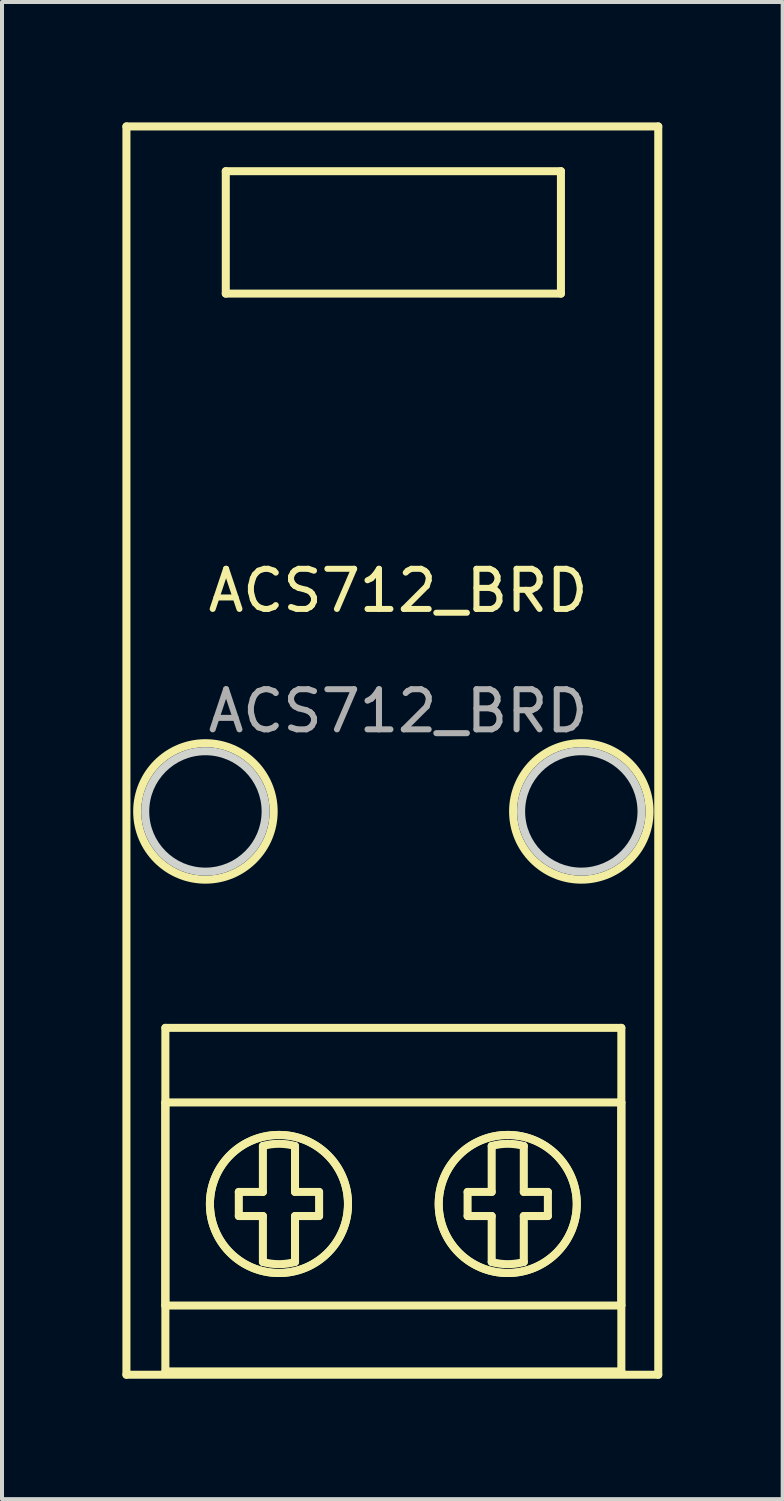
<source format=kicad_pcb>
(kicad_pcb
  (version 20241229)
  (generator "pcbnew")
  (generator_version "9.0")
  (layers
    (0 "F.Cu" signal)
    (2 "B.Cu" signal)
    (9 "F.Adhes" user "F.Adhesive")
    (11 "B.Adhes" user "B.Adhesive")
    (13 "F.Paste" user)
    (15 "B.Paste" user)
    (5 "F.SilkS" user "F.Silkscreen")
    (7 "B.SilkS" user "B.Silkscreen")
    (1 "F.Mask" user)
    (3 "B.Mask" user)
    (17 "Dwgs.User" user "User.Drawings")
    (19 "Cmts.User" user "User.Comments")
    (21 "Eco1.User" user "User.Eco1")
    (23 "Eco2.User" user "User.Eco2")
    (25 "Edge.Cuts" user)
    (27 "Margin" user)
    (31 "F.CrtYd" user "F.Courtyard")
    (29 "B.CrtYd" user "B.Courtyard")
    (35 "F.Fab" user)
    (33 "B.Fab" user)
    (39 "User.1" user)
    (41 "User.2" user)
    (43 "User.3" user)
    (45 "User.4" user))
  (footprint "ACS712_BRD"
    (layer "F.Cu")
    (at 6.868 12.166)
    (property "Reference" "ACS712_BRD" (at 0 -0.5 0) (unlocked yes) (layer "F.SilkS") (effects (font (size 1 1) (thickness 0.15))))
    (attr through_hole)
    (fp_line (start -6.768 -12.066) (end -6.768 19.034) (stroke (width 0.2) (type solid)) (layer "F.SilkS"))
    (fp_line (start -6.768 19.034) (end 6.482 19.034) (stroke (width 0.2) (type solid)) (layer "F.SilkS"))
    (fp_line (start -5.798 10.392) (end 5.562 10.392) (stroke (width 0.2) (type solid)) (layer "F.SilkS"))
    (fp_line (start -5.798 12.25) (end -5.798 17.31) (stroke (width 0.2) (type solid)) (layer "F.SilkS"))
    (fp_line (start -5.798 17.31) (end 5.562 17.31) (stroke (width 0.2) (type solid)) (layer "F.SilkS"))
    (fp_line (start -5.798 18.951) (end -5.798 10.392) (stroke (width 0.2) (type solid)) (layer "F.SilkS"))
    (fp_line (start -4.293 -10.951) (end 4.057 -10.951) (stroke (width 0.2) (type solid)) (layer "F.SilkS"))
    (fp_line (start -4.293 -7.901) (end -4.293 -10.951) (stroke (width 0.2) (type solid)) (layer "F.SilkS"))
    (fp_line (start -3.968 14.48) (end -3.968 15.08) (stroke (width 0.2) (type solid)) (layer "F.SilkS"))
    (fp_line (start -3.968 15.08) (end -3.368 15.08) (stroke (width 0.2) (type solid)) (layer "F.SilkS"))
    (fp_line (start -3.368 13.334) (end -3.368 14.48) (stroke (width 0.2) (type solid)) (layer "F.SilkS"))
    (fp_line (start -3.368 14.48) (end -3.968 14.48) (stroke (width 0.2) (type solid)) (layer "F.SilkS"))
    (fp_line (start -3.368 15.08) (end -3.368 16.225) (stroke (width 0.2) (type solid)) (layer "F.SilkS"))
    (fp_line (start -2.568 14.48) (end -2.568 13.334) (stroke (width 0.2) (type solid)) (layer "F.SilkS"))
    (fp_line (start -2.568 15.08) (end -1.968 15.08) (stroke (width 0.2) (type solid)) (layer "F.SilkS"))
    (fp_line (start -2.568 16.225) (end -2.568 15.08) (stroke (width 0.2) (type solid)) (layer "F.SilkS"))
    (fp_line (start -1.968 14.48) (end -2.568 14.48) (stroke (width 0.2) (type solid)) (layer "F.SilkS"))
    (fp_line (start -1.968 15.08) (end -1.968 14.48) (stroke (width 0.2) (type solid)) (layer "F.SilkS"))
    (fp_line (start 1.732 14.48) (end 1.732 15.08) (stroke (width 0.2) (type solid)) (layer "F.SilkS"))
    (fp_line (start 1.732 15.08) (end 2.332 15.08) (stroke (width 0.2) (type solid)) (layer "F.SilkS"))
    (fp_line (start 2.332 13.334) (end 2.332 14.48) (stroke (width 0.2) (type solid)) (layer "F.SilkS"))
    (fp_line (start 2.332 14.48) (end 1.732 14.48) (stroke (width 0.2) (type solid)) (layer "F.SilkS"))
    (fp_line (start 2.332 15.08) (end 2.332 16.225) (stroke (width 0.2) (type solid)) (layer "F.SilkS"))
    (fp_line (start 3.132 14.48) (end 3.132 13.334) (stroke (width 0.2) (type solid)) (layer "F.SilkS"))
    (fp_line (start 3.132 15.08) (end 3.732 15.08) (stroke (width 0.2) (type solid)) (layer "F.SilkS"))
    (fp_line (start 3.132 16.225) (end 3.132 15.08) (stroke (width 0.2) (type solid)) (layer "F.SilkS"))
    (fp_line (start 3.732 14.48) (end 3.132 14.48) (stroke (width 0.2) (type solid)) (layer "F.SilkS"))
    (fp_line (start 3.732 15.08) (end 3.732 14.48) (stroke (width 0.2) (type solid)) (layer "F.SilkS"))
    (fp_line (start 4.057 -10.951) (end 4.057 -7.901) (stroke (width 0.2) (type solid)) (layer "F.SilkS"))
    (fp_line (start 4.057 -7.901) (end -4.293 -7.901) (stroke (width 0.2) (type solid)) (layer "F.SilkS"))
    (fp_line (start 5.562 10.392) (end 5.562 18.951) (stroke (width 0.2) (type solid)) (layer "F.SilkS"))
    (fp_line (start 5.562 12.25) (end -5.798 12.25) (stroke (width 0.2) (type solid)) (layer "F.SilkS"))
    (fp_line (start 5.562 17.31) (end 5.562 12.25) (stroke (width 0.2) (type solid)) (layer "F.SilkS"))
    (fp_line (start 5.562 18.951) (end -5.798 18.951) (stroke (width 0.2) (type solid)) (layer "F.SilkS"))
    (fp_line (start 6.482 -12.066) (end -6.768 -12.066) (stroke (width 0.2) (type solid)) (layer "F.SilkS"))
    (fp_line (start 6.482 19.034) (end 6.482 -12.066) (stroke (width 0.2) (type solid)) (layer "F.SilkS"))
    (fp_arc (start -3.367699 13.334102) (mid -2.967699 13.279785) (end -2.567699 13.334102) (stroke (width 0.2) (type solid)) (layer "F.SilkS"))
    (fp_arc (start -2.567699 16.225468) (mid -2.967699 16.279785) (end -3.367699 16.225468) (stroke (width 0.2) (type solid)) (layer "F.SilkS"))
    (fp_arc (start 2.332301 13.334102) (mid 2.732301 13.279785) (end 3.132301 13.334102) (stroke (width 0.2) (type solid)) (layer "F.SilkS"))
    (fp_arc (start 3.132301 16.225468) (mid 2.732301 16.279785) (end 2.332301 16.225468) (stroke (width 0.2) (type solid)) (layer "F.SilkS"))
    (fp_circle (center -4.8 5) (end -3.1 5) (stroke (width 0.2) (type solid)) (fill no) (layer "F.SilkS"))
    (fp_circle (center -2.968 14.78) (end -1.248 14.78) (stroke (width 0.2) (type solid)) (fill no) (layer "F.SilkS"))
    (fp_circle (center -2.968 14.78) (end -1.248 14.78) (stroke (width 0.2) (type solid)) (fill no) (layer "F.SilkS"))
    (fp_circle (center 2.732 14.78) (end 4.452 14.78) (stroke (width 0.2) (type solid)) (fill no) (layer "F.SilkS"))
    (fp_circle (center 2.732 14.78) (end 4.452 14.78) (stroke (width 0.2) (type solid)) (fill no) (layer "F.SilkS"))
    (fp_circle (center 4.565 5) (end 6.265 5) (stroke (width 0.2) (type solid)) (fill no) (layer "F.SilkS"))
    (fp_line (start -2.783 -9.551) (end -2.783 -9.301) (stroke (width 0.2) (type solid)) (layer "Eco1.User"))
    (fp_line (start -2.783 -9.301) (end -2.533 -9.301) (stroke (width 0.2) (type solid)) (layer "Eco1.User"))
    (fp_line (start -2.533 -9.551) (end -2.783 -9.551) (stroke (width 0.2) (type solid)) (layer "Eco1.User"))
    (fp_line (start -2.533 -9.301) (end -2.533 -9.551) (stroke (width 0.2) (type solid)) (layer "Eco1.User"))
    (fp_line (start -0.243 -9.551) (end -0.243 -9.301) (stroke (width 0.2) (type solid)) (layer "Eco1.User"))
    (fp_line (start -0.243 -9.301) (end 0.007 -9.301) (stroke (width 0.2) (type solid)) (layer "Eco1.User"))
    (fp_line (start 0.007 -9.551) (end -0.243 -9.551) (stroke (width 0.2) (type solid)) (layer "Eco1.User"))
    (fp_line (start 0.007 -9.301) (end 0.007 -9.551) (stroke (width 0.2) (type solid)) (layer "Eco1.User"))
    (fp_line (start 2.297 -9.551) (end 2.297 -9.301) (stroke (width 0.2) (type solid)) (layer "Eco1.User"))
    (fp_line (start 2.297 -9.301) (end 2.547 -9.301) (stroke (width 0.2) (type solid)) (layer "Eco1.User"))
    (fp_line (start 2.547 -9.551) (end 2.297 -9.551) (stroke (width 0.2) (type solid)) (layer "Eco1.User"))
    (fp_line (start 2.547 -9.301) (end 2.547 -9.551) (stroke (width 0.2) (type solid)) (layer "Eco1.User"))
    (fp_circle (center -4.8 5) (end -3.3 5) (stroke (width 0.2) (type solid)) (fill no) (layer "Edge.Cuts"))
    (fp_circle (center 4.565 5) (end 6.065 5) (stroke (width 0.2) (type solid)) (fill no) (layer "Edge.Cuts"))
    (fp_text user "${REFERENCE}" (at 0 2.5 0) (unlocked yes) (layer "F.Fab") (effects (font (size 1 1) (thickness 0.15)))))
  (gr_rect
    (start -3 -3)
    (end 16.45 34.3)
    (stroke (width 0.1) (type default))
    (fill no)
    (layer "Edge.Cuts")))
</source>
